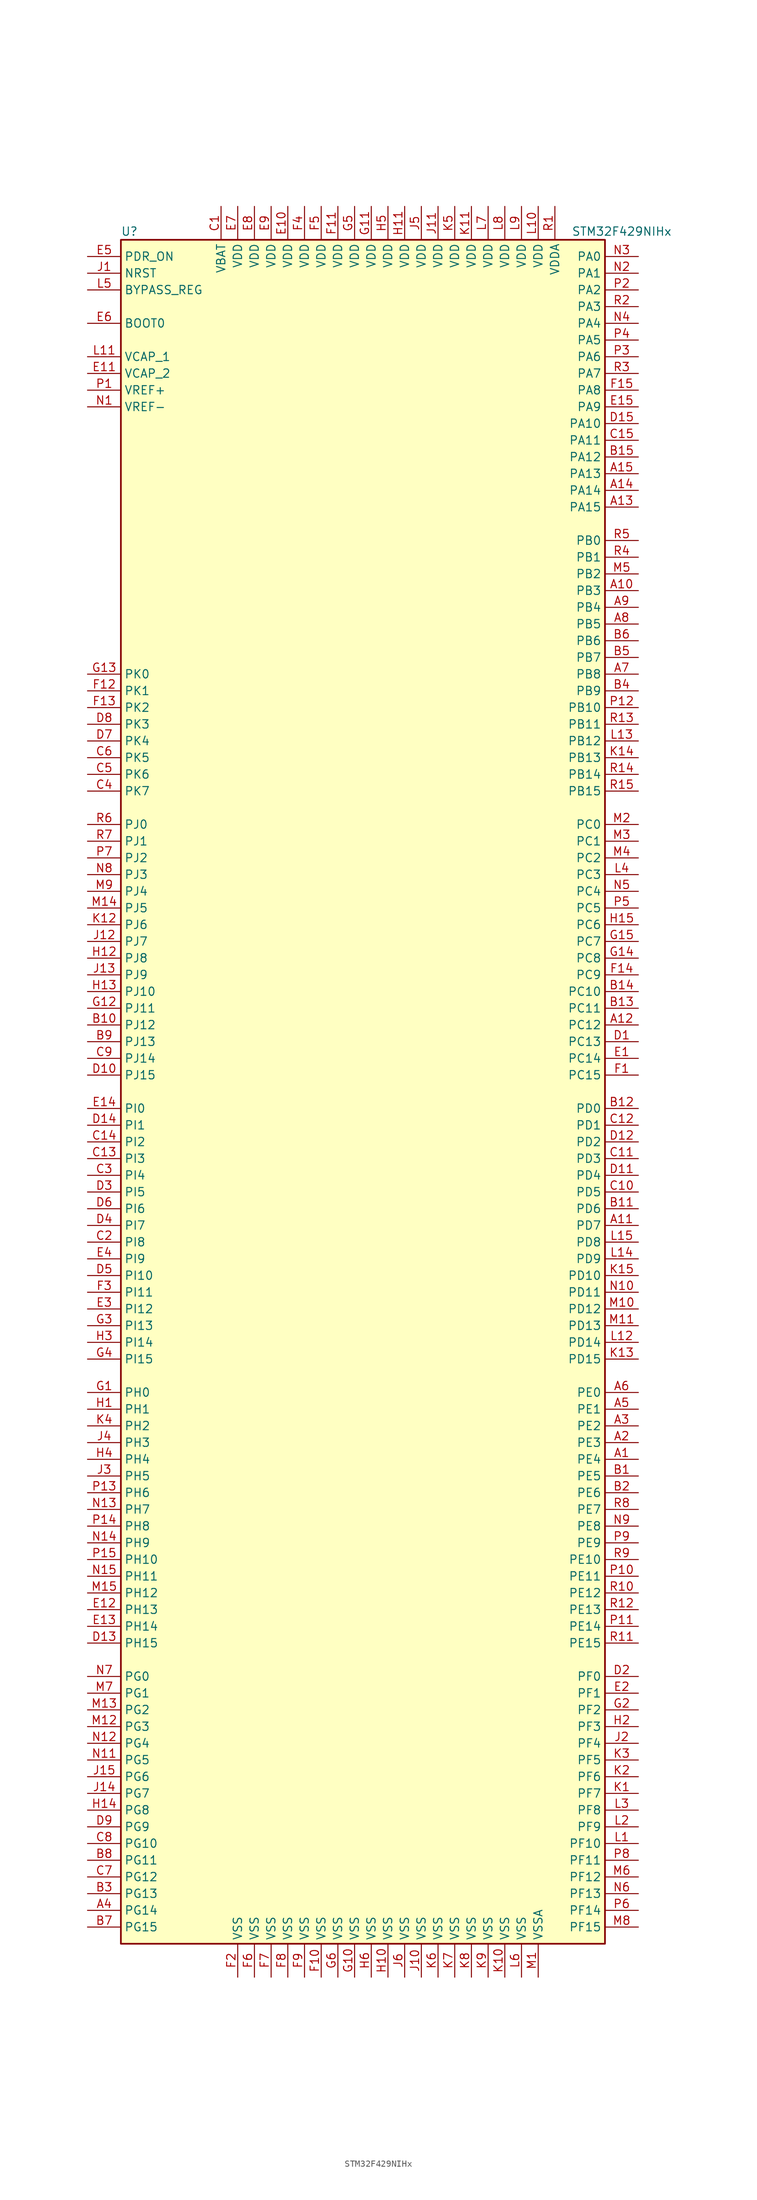
<source format=kicad_sym>
(kicad_symbol_lib
  (version 20220914)
  (generator kicad_symbol_editor)
  (symbol "STM32F429NIHx"
    (property "Reference" "U"
      (at -38.1 130.81 0)
      (effects (font (size 1.27 1.27)) (justify left)))
    (property "Value" "STM32F429NIHx"
      (at 30.48 130.81 0)
      (effects (font (size 1.27 1.27)) (justify left)))
    (symbol "STM32F429NIHx_0_1"
      (rectangle (start -38.1 -129.54) (end 35.56 129.54) (stroke (width 0.254) (type default)) (fill (type background))))
    (symbol "STM32F429NIHx_1_1"
      (pin bidirectional line (at 40.64 -55.88 180) (length 5.08) (name "PE4" (effects (font (size 1.27 1.27)))) (number "A1" (effects (font (size 1.27 1.27)))))
      (pin bidirectional line (at 40.64 76.2 180) (length 5.08) (name "PB3" (effects (font (size 1.27 1.27)))) (number "A10" (effects (font (size 1.27 1.27)))))
      (pin bidirectional line (at 40.64 -20.32 180) (length 5.08) (name "PD7" (effects (font (size 1.27 1.27)))) (number "A11" (effects (font (size 1.27 1.27)))))
      (pin bidirectional line (at 40.64 10.16 180) (length 5.08) (name "PC12" (effects (font (size 1.27 1.27)))) (number "A12" (effects (font (size 1.27 1.27)))))
      (pin bidirectional line (at 40.64 88.9 180) (length 5.08) (name "PA15" (effects (font (size 1.27 1.27)))) (number "A13" (effects (font (size 1.27 1.27)))))
      (pin bidirectional line (at 40.64 91.44 180) (length 5.08) (name "PA14" (effects (font (size 1.27 1.27)))) (number "A14" (effects (font (size 1.27 1.27)))))
      (pin bidirectional line (at 40.64 93.98 180) (length 5.08) (name "PA13" (effects (font (size 1.27 1.27)))) (number "A15" (effects (font (size 1.27 1.27)))))
      (pin bidirectional line (at 40.64 -53.34 180) (length 5.08) (name "PE3" (effects (font (size 1.27 1.27)))) (number "A2" (effects (font (size 1.27 1.27)))))
      (pin bidirectional line (at 40.64 -50.8 180) (length 5.08) (name "PE2" (effects (font (size 1.27 1.27)))) (number "A3" (effects (font (size 1.27 1.27)))))
      (pin bidirectional line (at -43.18 -124.46 0) (length 5.08) (name "PG14" (effects (font (size 1.27 1.27)))) (number "A4" (effects (font (size 1.27 1.27)))))
      (pin bidirectional line (at 40.64 -48.26 180) (length 5.08) (name "PE1" (effects (font (size 1.27 1.27)))) (number "A5" (effects (font (size 1.27 1.27)))))
      (pin bidirectional line (at 40.64 -45.72 180) (length 5.08) (name "PE0" (effects (font (size 1.27 1.27)))) (number "A6" (effects (font (size 1.27 1.27)))))
      (pin bidirectional line (at 40.64 63.5 180) (length 5.08) (name "PB8" (effects (font (size 1.27 1.27)))) (number "A7" (effects (font (size 1.27 1.27)))))
      (pin bidirectional line (at 40.64 71.12 180) (length 5.08) (name "PB5" (effects (font (size 1.27 1.27)))) (number "A8" (effects (font (size 1.27 1.27)))))
      (pin bidirectional line (at 40.64 73.66 180) (length 5.08) (name "PB4" (effects (font (size 1.27 1.27)))) (number "A9" (effects (font (size 1.27 1.27)))))
      (pin bidirectional line (at 40.64 -58.42 180) (length 5.08) (name "PE5" (effects (font (size 1.27 1.27)))) (number "B1" (effects (font (size 1.27 1.27)))))
      (pin bidirectional line (at -43.18 10.16 0) (length 5.08) (name "PJ12" (effects (font (size 1.27 1.27)))) (number "B10" (effects (font (size 1.27 1.27)))))
      (pin bidirectional line (at 40.64 -17.78 180) (length 5.08) (name "PD6" (effects (font (size 1.27 1.27)))) (number "B11" (effects (font (size 1.27 1.27)))))
      (pin bidirectional line (at 40.64 -2.54 180) (length 5.08) (name "PD0" (effects (font (size 1.27 1.27)))) (number "B12" (effects (font (size 1.27 1.27)))))
      (pin bidirectional line (at 40.64 12.7 180) (length 5.08) (name "PC11" (effects (font (size 1.27 1.27)))) (number "B13" (effects (font (size 1.27 1.27)))))
      (pin bidirectional line (at 40.64 15.24 180) (length 5.08) (name "PC10" (effects (font (size 1.27 1.27)))) (number "B14" (effects (font (size 1.27 1.27)))))
      (pin bidirectional line (at 40.64 96.52 180) (length 5.08) (name "PA12" (effects (font (size 1.27 1.27)))) (number "B15" (effects (font (size 1.27 1.27)))))
      (pin bidirectional line (at 40.64 -60.96 180) (length 5.08) (name "PE6" (effects (font (size 1.27 1.27)))) (number "B2" (effects (font (size 1.27 1.27)))))
      (pin bidirectional line (at -43.18 -121.92 0) (length 5.08) (name "PG13" (effects (font (size 1.27 1.27)))) (number "B3" (effects (font (size 1.27 1.27)))))
      (pin bidirectional line (at 40.64 60.96 180) (length 5.08) (name "PB9" (effects (font (size 1.27 1.27)))) (number "B4" (effects (font (size 1.27 1.27)))))
      (pin bidirectional line (at 40.64 66.04 180) (length 5.08) (name "PB7" (effects (font (size 1.27 1.27)))) (number "B5" (effects (font (size 1.27 1.27)))))
      (pin bidirectional line (at 40.64 68.58 180) (length 5.08) (name "PB6" (effects (font (size 1.27 1.27)))) (number "B6" (effects (font (size 1.27 1.27)))))
      (pin bidirectional line (at -43.18 -127 0) (length 5.08) (name "PG15" (effects (font (size 1.27 1.27)))) (number "B7" (effects (font (size 1.27 1.27)))))
      (pin bidirectional line (at -43.18 -116.84 0) (length 5.08) (name "PG11" (effects (font (size 1.27 1.27)))) (number "B8" (effects (font (size 1.27 1.27)))))
      (pin bidirectional line (at -43.18 7.62 0) (length 5.08) (name "PJ13" (effects (font (size 1.27 1.27)))) (number "B9" (effects (font (size 1.27 1.27)))))
      (pin power_in line (at -22.86 134.62 270) (length 5.08) (name "VBAT" (effects (font (size 1.27 1.27)))) (number "C1" (effects (font (size 1.27 1.27)))))
      (pin bidirectional line (at 40.64 -15.24 180) (length 5.08) (name "PD5" (effects (font (size 1.27 1.27)))) (number "C10" (effects (font (size 1.27 1.27)))))
      (pin bidirectional line (at 40.64 -10.16 180) (length 5.08) (name "PD3" (effects (font (size 1.27 1.27)))) (number "C11" (effects (font (size 1.27 1.27)))))
      (pin bidirectional line (at 40.64 -5.08 180) (length 5.08) (name "PD1" (effects (font (size 1.27 1.27)))) (number "C12" (effects (font (size 1.27 1.27)))))
      (pin bidirectional line (at -43.18 -10.16 0) (length 5.08) (name "PI3" (effects (font (size 1.27 1.27)))) (number "C13" (effects (font (size 1.27 1.27)))))
      (pin bidirectional line (at -43.18 -7.62 0) (length 5.08) (name "PI2" (effects (font (size 1.27 1.27)))) (number "C14" (effects (font (size 1.27 1.27)))))
      (pin bidirectional line (at 40.64 99.06 180) (length 5.08) (name "PA11" (effects (font (size 1.27 1.27)))) (number "C15" (effects (font (size 1.27 1.27)))))
      (pin bidirectional line (at -43.18 -22.86 0) (length 5.08) (name "PI8" (effects (font (size 1.27 1.27)))) (number "C2" (effects (font (size 1.27 1.27)))))
      (pin bidirectional line (at -43.18 -12.7 0) (length 5.08) (name "PI4" (effects (font (size 1.27 1.27)))) (number "C3" (effects (font (size 1.27 1.27)))))
      (pin bidirectional line (at -43.18 45.72 0) (length 5.08) (name "PK7" (effects (font (size 1.27 1.27)))) (number "C4" (effects (font (size 1.27 1.27)))))
      (pin bidirectional line (at -43.18 48.26 0) (length 5.08) (name "PK6" (effects (font (size 1.27 1.27)))) (number "C5" (effects (font (size 1.27 1.27)))))
      (pin bidirectional line (at -43.18 50.8 0) (length 5.08) (name "PK5" (effects (font (size 1.27 1.27)))) (number "C6" (effects (font (size 1.27 1.27)))))
      (pin bidirectional line (at -43.18 -119.38 0) (length 5.08) (name "PG12" (effects (font (size 1.27 1.27)))) (number "C7" (effects (font (size 1.27 1.27)))))
      (pin bidirectional line (at -43.18 -114.3 0) (length 5.08) (name "PG10" (effects (font (size 1.27 1.27)))) (number "C8" (effects (font (size 1.27 1.27)))))
      (pin bidirectional line (at -43.18 5.08 0) (length 5.08) (name "PJ14" (effects (font (size 1.27 1.27)))) (number "C9" (effects (font (size 1.27 1.27)))))
      (pin bidirectional line (at 40.64 7.62 180) (length 5.08) (name "PC13" (effects (font (size 1.27 1.27)))) (number "D1" (effects (font (size 1.27 1.27)))))
      (pin bidirectional line (at -43.18 2.54 0) (length 5.08) (name "PJ15" (effects (font (size 1.27 1.27)))) (number "D10" (effects (font (size 1.27 1.27)))))
      (pin bidirectional line (at 40.64 -12.7 180) (length 5.08) (name "PD4" (effects (font (size 1.27 1.27)))) (number "D11" (effects (font (size 1.27 1.27)))))
      (pin bidirectional line (at 40.64 -7.62 180) (length 5.08) (name "PD2" (effects (font (size 1.27 1.27)))) (number "D12" (effects (font (size 1.27 1.27)))))
      (pin bidirectional line (at -43.18 -83.82 0) (length 5.08) (name "PH15" (effects (font (size 1.27 1.27)))) (number "D13" (effects (font (size 1.27 1.27)))))
      (pin bidirectional line (at -43.18 -5.08 0) (length 5.08) (name "PI1" (effects (font (size 1.27 1.27)))) (number "D14" (effects (font (size 1.27 1.27)))))
      (pin bidirectional line (at 40.64 101.6 180) (length 5.08) (name "PA10" (effects (font (size 1.27 1.27)))) (number "D15" (effects (font (size 1.27 1.27)))))
      (pin bidirectional line (at 40.64 -88.9 180) (length 5.08) (name "PF0" (effects (font (size 1.27 1.27)))) (number "D2" (effects (font (size 1.27 1.27)))))
      (pin bidirectional line (at -43.18 -15.24 0) (length 5.08) (name "PI5" (effects (font (size 1.27 1.27)))) (number "D3" (effects (font (size 1.27 1.27)))))
      (pin bidirectional line (at -43.18 -20.32 0) (length 5.08) (name "PI7" (effects (font (size 1.27 1.27)))) (number "D4" (effects (font (size 1.27 1.27)))))
      (pin bidirectional line (at -43.18 -27.94 0) (length 5.08) (name "PI10" (effects (font (size 1.27 1.27)))) (number "D5" (effects (font (size 1.27 1.27)))))
      (pin bidirectional line (at -43.18 -17.78 0) (length 5.08) (name "PI6" (effects (font (size 1.27 1.27)))) (number "D6" (effects (font (size 1.27 1.27)))))
      (pin bidirectional line (at -43.18 53.34 0) (length 5.08) (name "PK4" (effects (font (size 1.27 1.27)))) (number "D7" (effects (font (size 1.27 1.27)))))
      (pin bidirectional line (at -43.18 55.88 0) (length 5.08) (name "PK3" (effects (font (size 1.27 1.27)))) (number "D8" (effects (font (size 1.27 1.27)))))
      (pin bidirectional line (at -43.18 -111.76 0) (length 5.08) (name "PG9" (effects (font (size 1.27 1.27)))) (number "D9" (effects (font (size 1.27 1.27)))))
      (pin bidirectional line (at 40.64 5.08 180) (length 5.08) (name "PC14" (effects (font (size 1.27 1.27)))) (number "E1" (effects (font (size 1.27 1.27)))))
      (pin power_in line (at -12.7 134.62 270) (length 5.08) (name "VDD" (effects (font (size 1.27 1.27)))) (number "E10" (effects (font (size 1.27 1.27)))))
      (pin power_in line (at -43.18 109.22 0) (length 5.08) (name "VCAP_2" (effects (font (size 1.27 1.27)))) (number "E11" (effects (font (size 1.27 1.27)))))
      (pin bidirectional line (at -43.18 -78.74 0) (length 5.08) (name "PH13" (effects (font (size 1.27 1.27)))) (number "E12" (effects (font (size 1.27 1.27)))))
      (pin bidirectional line (at -43.18 -81.28 0) (length 5.08) (name "PH14" (effects (font (size 1.27 1.27)))) (number "E13" (effects (font (size 1.27 1.27)))))
      (pin bidirectional line (at -43.18 -2.54 0) (length 5.08) (name "PI0" (effects (font (size 1.27 1.27)))) (number "E14" (effects (font (size 1.27 1.27)))))
      (pin bidirectional line (at 40.64 104.14 180) (length 5.08) (name "PA9" (effects (font (size 1.27 1.27)))) (number "E15" (effects (font (size 1.27 1.27)))))
      (pin bidirectional line (at 40.64 -91.44 180) (length 5.08) (name "PF1" (effects (font (size 1.27 1.27)))) (number "E2" (effects (font (size 1.27 1.27)))))
      (pin bidirectional line (at -43.18 -33.02 0) (length 5.08) (name "PI12" (effects (font (size 1.27 1.27)))) (number "E3" (effects (font (size 1.27 1.27)))))
      (pin bidirectional line (at -43.18 -25.4 0) (length 5.08) (name "PI9" (effects (font (size 1.27 1.27)))) (number "E4" (effects (font (size 1.27 1.27)))))
      (pin input line (at -43.18 127 0) (length 5.08) (name "PDR_ON" (effects (font (size 1.27 1.27)))) (number "E5" (effects (font (size 1.27 1.27)))))
      (pin input line (at -43.18 116.84 0) (length 5.08) (name "BOOT0" (effects (font (size 1.27 1.27)))) (number "E6" (effects (font (size 1.27 1.27)))))
      (pin power_in line (at -20.32 134.62 270) (length 5.08) (name "VDD" (effects (font (size 1.27 1.27)))) (number "E7" (effects (font (size 1.27 1.27)))))
      (pin power_in line (at -17.78 134.62 270) (length 5.08) (name "VDD" (effects (font (size 1.27 1.27)))) (number "E8" (effects (font (size 1.27 1.27)))))
      (pin power_in line (at -15.24 134.62 270) (length 5.08) (name "VDD" (effects (font (size 1.27 1.27)))) (number "E9" (effects (font (size 1.27 1.27)))))
      (pin bidirectional line (at 40.64 2.54 180) (length 5.08) (name "PC15" (effects (font (size 1.27 1.27)))) (number "F1" (effects (font (size 1.27 1.27)))))
      (pin power_in line (at -7.62 -134.62 90) (length 5.08) (name "VSS" (effects (font (size 1.27 1.27)))) (number "F10" (effects (font (size 1.27 1.27)))))
      (pin power_in line (at -5.08 134.62 270) (length 5.08) (name "VDD" (effects (font (size 1.27 1.27)))) (number "F11" (effects (font (size 1.27 1.27)))))
      (pin bidirectional line (at -43.18 60.96 0) (length 5.08) (name "PK1" (effects (font (size 1.27 1.27)))) (number "F12" (effects (font (size 1.27 1.27)))))
      (pin bidirectional line (at -43.18 58.42 0) (length 5.08) (name "PK2" (effects (font (size 1.27 1.27)))) (number "F13" (effects (font (size 1.27 1.27)))))
      (pin bidirectional line (at 40.64 17.78 180) (length 5.08) (name "PC9" (effects (font (size 1.27 1.27)))) (number "F14" (effects (font (size 1.27 1.27)))))
      (pin bidirectional line (at 40.64 106.68 180) (length 5.08) (name "PA8" (effects (font (size 1.27 1.27)))) (number "F15" (effects (font (size 1.27 1.27)))))
      (pin power_in line (at -20.32 -134.62 90) (length 5.08) (name "VSS" (effects (font (size 1.27 1.27)))) (number "F2" (effects (font (size 1.27 1.27)))))
      (pin bidirectional line (at -43.18 -30.48 0) (length 5.08) (name "PI11" (effects (font (size 1.27 1.27)))) (number "F3" (effects (font (size 1.27 1.27)))))
      (pin power_in line (at -10.16 134.62 270) (length 5.08) (name "VDD" (effects (font (size 1.27 1.27)))) (number "F4" (effects (font (size 1.27 1.27)))))
      (pin power_in line (at -7.62 134.62 270) (length 5.08) (name "VDD" (effects (font (size 1.27 1.27)))) (number "F5" (effects (font (size 1.27 1.27)))))
      (pin power_in line (at -17.78 -134.62 90) (length 5.08) (name "VSS" (effects (font (size 1.27 1.27)))) (number "F6" (effects (font (size 1.27 1.27)))))
      (pin power_in line (at -15.24 -134.62 90) (length 5.08) (name "VSS" (effects (font (size 1.27 1.27)))) (number "F7" (effects (font (size 1.27 1.27)))))
      (pin power_in line (at -12.7 -134.62 90) (length 5.08) (name "VSS" (effects (font (size 1.27 1.27)))) (number "F8" (effects (font (size 1.27 1.27)))))
      (pin power_in line (at -10.16 -134.62 90) (length 5.08) (name "VSS" (effects (font (size 1.27 1.27)))) (number "F9" (effects (font (size 1.27 1.27)))))
      (pin input line (at -43.18 -45.72 0) (length 5.08) (name "PH0" (effects (font (size 1.27 1.27)))) (number "G1" (effects (font (size 1.27 1.27)))))
      (pin power_in line (at -2.54 -134.62 90) (length 5.08) (name "VSS" (effects (font (size 1.27 1.27)))) (number "G10" (effects (font (size 1.27 1.27)))))
      (pin power_in line (at 0 134.62 270) (length 5.08) (name "VDD" (effects (font (size 1.27 1.27)))) (number "G11" (effects (font (size 1.27 1.27)))))
      (pin bidirectional line (at -43.18 12.7 0) (length 5.08) (name "PJ11" (effects (font (size 1.27 1.27)))) (number "G12" (effects (font (size 1.27 1.27)))))
      (pin bidirectional line (at -43.18 63.5 0) (length 5.08) (name "PK0" (effects (font (size 1.27 1.27)))) (number "G13" (effects (font (size 1.27 1.27)))))
      (pin bidirectional line (at 40.64 20.32 180) (length 5.08) (name "PC8" (effects (font (size 1.27 1.27)))) (number "G14" (effects (font (size 1.27 1.27)))))
      (pin bidirectional line (at 40.64 22.86 180) (length 5.08) (name "PC7" (effects (font (size 1.27 1.27)))) (number "G15" (effects (font (size 1.27 1.27)))))
      (pin bidirectional line (at 40.64 -93.98 180) (length 5.08) (name "PF2" (effects (font (size 1.27 1.27)))) (number "G2" (effects (font (size 1.27 1.27)))))
      (pin bidirectional line (at -43.18 -35.56 0) (length 5.08) (name "PI13" (effects (font (size 1.27 1.27)))) (number "G3" (effects (font (size 1.27 1.27)))))
      (pin bidirectional line (at -43.18 -40.64 0) (length 5.08) (name "PI15" (effects (font (size 1.27 1.27)))) (number "G4" (effects (font (size 1.27 1.27)))))
      (pin power_in line (at -2.54 134.62 270) (length 5.08) (name "VDD" (effects (font (size 1.27 1.27)))) (number "G5" (effects (font (size 1.27 1.27)))))
      (pin power_in line (at -5.08 -134.62 90) (length 5.08) (name "VSS" (effects (font (size 1.27 1.27)))) (number "G6" (effects (font (size 1.27 1.27)))))
      (pin input line (at -43.18 -48.26 0) (length 5.08) (name "PH1" (effects (font (size 1.27 1.27)))) (number "H1" (effects (font (size 1.27 1.27)))))
      (pin power_in line (at 2.54 -134.62 90) (length 5.08) (name "VSS" (effects (font (size 1.27 1.27)))) (number "H10" (effects (font (size 1.27 1.27)))))
      (pin power_in line (at 5.08 134.62 270) (length 5.08) (name "VDD" (effects (font (size 1.27 1.27)))) (number "H11" (effects (font (size 1.27 1.27)))))
      (pin bidirectional line (at -43.18 20.32 0) (length 5.08) (name "PJ8" (effects (font (size 1.27 1.27)))) (number "H12" (effects (font (size 1.27 1.27)))))
      (pin bidirectional line (at -43.18 15.24 0) (length 5.08) (name "PJ10" (effects (font (size 1.27 1.27)))) (number "H13" (effects (font (size 1.27 1.27)))))
      (pin bidirectional line (at -43.18 -109.22 0) (length 5.08) (name "PG8" (effects (font (size 1.27 1.27)))) (number "H14" (effects (font (size 1.27 1.27)))))
      (pin bidirectional line (at 40.64 25.4 180) (length 5.08) (name "PC6" (effects (font (size 1.27 1.27)))) (number "H15" (effects (font (size 1.27 1.27)))))
      (pin bidirectional line (at 40.64 -96.52 180) (length 5.08) (name "PF3" (effects (font (size 1.27 1.27)))) (number "H2" (effects (font (size 1.27 1.27)))))
      (pin bidirectional line (at -43.18 -38.1 0) (length 5.08) (name "PI14" (effects (font (size 1.27 1.27)))) (number "H3" (effects (font (size 1.27 1.27)))))
      (pin bidirectional line (at -43.18 -55.88 0) (length 5.08) (name "PH4" (effects (font (size 1.27 1.27)))) (number "H4" (effects (font (size 1.27 1.27)))))
      (pin power_in line (at 2.54 134.62 270) (length 5.08) (name "VDD" (effects (font (size 1.27 1.27)))) (number "H5" (effects (font (size 1.27 1.27)))))
      (pin power_in line (at 0 -134.62 90) (length 5.08) (name "VSS" (effects (font (size 1.27 1.27)))) (number "H6" (effects (font (size 1.27 1.27)))))
      (pin input line (at -43.18 124.46 0) (length 5.08) (name "NRST" (effects (font (size 1.27 1.27)))) (number "J1" (effects (font (size 1.27 1.27)))))
      (pin power_in line (at 7.62 -134.62 90) (length 5.08) (name "VSS" (effects (font (size 1.27 1.27)))) (number "J10" (effects (font (size 1.27 1.27)))))
      (pin power_in line (at 10.16 134.62 270) (length 5.08) (name "VDD" (effects (font (size 1.27 1.27)))) (number "J11" (effects (font (size 1.27 1.27)))))
      (pin bidirectional line (at -43.18 22.86 0) (length 5.08) (name "PJ7" (effects (font (size 1.27 1.27)))) (number "J12" (effects (font (size 1.27 1.27)))))
      (pin bidirectional line (at -43.18 17.78 0) (length 5.08) (name "PJ9" (effects (font (size 1.27 1.27)))) (number "J13" (effects (font (size 1.27 1.27)))))
      (pin bidirectional line (at -43.18 -106.68 0) (length 5.08) (name "PG7" (effects (font (size 1.27 1.27)))) (number "J14" (effects (font (size 1.27 1.27)))))
      (pin bidirectional line (at -43.18 -104.14 0) (length 5.08) (name "PG6" (effects (font (size 1.27 1.27)))) (number "J15" (effects (font (size 1.27 1.27)))))
      (pin bidirectional line (at 40.64 -99.06 180) (length 5.08) (name "PF4" (effects (font (size 1.27 1.27)))) (number "J2" (effects (font (size 1.27 1.27)))))
      (pin bidirectional line (at -43.18 -58.42 0) (length 5.08) (name "PH5" (effects (font (size 1.27 1.27)))) (number "J3" (effects (font (size 1.27 1.27)))))
      (pin bidirectional line (at -43.18 -53.34 0) (length 5.08) (name "PH3" (effects (font (size 1.27 1.27)))) (number "J4" (effects (font (size 1.27 1.27)))))
      (pin power_in line (at 7.62 134.62 270) (length 5.08) (name "VDD" (effects (font (size 1.27 1.27)))) (number "J5" (effects (font (size 1.27 1.27)))))
      (pin power_in line (at 5.08 -134.62 90) (length 5.08) (name "VSS" (effects (font (size 1.27 1.27)))) (number "J6" (effects (font (size 1.27 1.27)))))
      (pin bidirectional line (at 40.64 -106.68 180) (length 5.08) (name "PF7" (effects (font (size 1.27 1.27)))) (number "K1" (effects (font (size 1.27 1.27)))))
      (pin power_in line (at 20.32 -134.62 90) (length 5.08) (name "VSS" (effects (font (size 1.27 1.27)))) (number "K10" (effects (font (size 1.27 1.27)))))
      (pin power_in line (at 15.24 134.62 270) (length 5.08) (name "VDD" (effects (font (size 1.27 1.27)))) (number "K11" (effects (font (size 1.27 1.27)))))
      (pin bidirectional line (at -43.18 25.4 0) (length 5.08) (name "PJ6" (effects (font (size 1.27 1.27)))) (number "K12" (effects (font (size 1.27 1.27)))))
      (pin bidirectional line (at 40.64 -40.64 180) (length 5.08) (name "PD15" (effects (font (size 1.27 1.27)))) (number "K13" (effects (font (size 1.27 1.27)))))
      (pin bidirectional line (at 40.64 50.8 180) (length 5.08) (name "PB13" (effects (font (size 1.27 1.27)))) (number "K14" (effects (font (size 1.27 1.27)))))
      (pin bidirectional line (at 40.64 -27.94 180) (length 5.08) (name "PD10" (effects (font (size 1.27 1.27)))) (number "K15" (effects (font (size 1.27 1.27)))))
      (pin bidirectional line (at 40.64 -104.14 180) (length 5.08) (name "PF6" (effects (font (size 1.27 1.27)))) (number "K2" (effects (font (size 1.27 1.27)))))
      (pin bidirectional line (at 40.64 -101.6 180) (length 5.08) (name "PF5" (effects (font (size 1.27 1.27)))) (number "K3" (effects (font (size 1.27 1.27)))))
      (pin bidirectional line (at -43.18 -50.8 0) (length 5.08) (name "PH2" (effects (font (size 1.27 1.27)))) (number "K4" (effects (font (size 1.27 1.27)))))
      (pin power_in line (at 12.7 134.62 270) (length 5.08) (name "VDD" (effects (font (size 1.27 1.27)))) (number "K5" (effects (font (size 1.27 1.27)))))
      (pin power_in line (at 10.16 -134.62 90) (length 5.08) (name "VSS" (effects (font (size 1.27 1.27)))) (number "K6" (effects (font (size 1.27 1.27)))))
      (pin power_in line (at 12.7 -134.62 90) (length 5.08) (name "VSS" (effects (font (size 1.27 1.27)))) (number "K7" (effects (font (size 1.27 1.27)))))
      (pin power_in line (at 15.24 -134.62 90) (length 5.08) (name "VSS" (effects (font (size 1.27 1.27)))) (number "K8" (effects (font (size 1.27 1.27)))))
      (pin power_in line (at 17.78 -134.62 90) (length 5.08) (name "VSS" (effects (font (size 1.27 1.27)))) (number "K9" (effects (font (size 1.27 1.27)))))
      (pin bidirectional line (at 40.64 -114.3 180) (length 5.08) (name "PF10" (effects (font (size 1.27 1.27)))) (number "L1" (effects (font (size 1.27 1.27)))))
      (pin power_in line (at 25.4 134.62 270) (length 5.08) (name "VDD" (effects (font (size 1.27 1.27)))) (number "L10" (effects (font (size 1.27 1.27)))))
      (pin power_in line (at -43.18 111.76 0) (length 5.08) (name "VCAP_1" (effects (font (size 1.27 1.27)))) (number "L11" (effects (font (size 1.27 1.27)))))
      (pin bidirectional line (at 40.64 -38.1 180) (length 5.08) (name "PD14" (effects (font (size 1.27 1.27)))) (number "L12" (effects (font (size 1.27 1.27)))))
      (pin bidirectional line (at 40.64 53.34 180) (length 5.08) (name "PB12" (effects (font (size 1.27 1.27)))) (number "L13" (effects (font (size 1.27 1.27)))))
      (pin bidirectional line (at 40.64 -25.4 180) (length 5.08) (name "PD9" (effects (font (size 1.27 1.27)))) (number "L14" (effects (font (size 1.27 1.27)))))
      (pin bidirectional line (at 40.64 -22.86 180) (length 5.08) (name "PD8" (effects (font (size 1.27 1.27)))) (number "L15" (effects (font (size 1.27 1.27)))))
      (pin bidirectional line (at 40.64 -111.76 180) (length 5.08) (name "PF9" (effects (font (size 1.27 1.27)))) (number "L2" (effects (font (size 1.27 1.27)))))
      (pin bidirectional line (at 40.64 -109.22 180) (length 5.08) (name "PF8" (effects (font (size 1.27 1.27)))) (number "L3" (effects (font (size 1.27 1.27)))))
      (pin bidirectional line (at 40.64 33.02 180) (length 5.08) (name "PC3" (effects (font (size 1.27 1.27)))) (number "L4" (effects (font (size 1.27 1.27)))))
      (pin input line (at -43.18 121.92 0) (length 5.08) (name "BYPASS_REG" (effects (font (size 1.27 1.27)))) (number "L5" (effects (font (size 1.27 1.27)))))
      (pin power_in line (at 22.86 -134.62 90) (length 5.08) (name "VSS" (effects (font (size 1.27 1.27)))) (number "L6" (effects (font (size 1.27 1.27)))))
      (pin power_in line (at 17.78 134.62 270) (length 5.08) (name "VDD" (effects (font (size 1.27 1.27)))) (number "L7" (effects (font (size 1.27 1.27)))))
      (pin power_in line (at 20.32 134.62 270) (length 5.08) (name "VDD" (effects (font (size 1.27 1.27)))) (number "L8" (effects (font (size 1.27 1.27)))))
      (pin power_in line (at 22.86 134.62 270) (length 5.08) (name "VDD" (effects (font (size 1.27 1.27)))) (number "L9" (effects (font (size 1.27 1.27)))))
      (pin power_in line (at 25.4 -134.62 90) (length 5.08) (name "VSSA" (effects (font (size 1.27 1.27)))) (number "M1" (effects (font (size 1.27 1.27)))))
      (pin bidirectional line (at 40.64 -33.02 180) (length 5.08) (name "PD12" (effects (font (size 1.27 1.27)))) (number "M10" (effects (font (size 1.27 1.27)))))
      (pin bidirectional line (at 40.64 -35.56 180) (length 5.08) (name "PD13" (effects (font (size 1.27 1.27)))) (number "M11" (effects (font (size 1.27 1.27)))))
      (pin bidirectional line (at -43.18 -96.52 0) (length 5.08) (name "PG3" (effects (font (size 1.27 1.27)))) (number "M12" (effects (font (size 1.27 1.27)))))
      (pin bidirectional line (at -43.18 -93.98 0) (length 5.08) (name "PG2" (effects (font (size 1.27 1.27)))) (number "M13" (effects (font (size 1.27 1.27)))))
      (pin bidirectional line (at -43.18 27.94 0) (length 5.08) (name "PJ5" (effects (font (size 1.27 1.27)))) (number "M14" (effects (font (size 1.27 1.27)))))
      (pin bidirectional line (at -43.18 -76.2 0) (length 5.08) (name "PH12" (effects (font (size 1.27 1.27)))) (number "M15" (effects (font (size 1.27 1.27)))))
      (pin bidirectional line (at 40.64 40.64 180) (length 5.08) (name "PC0" (effects (font (size 1.27 1.27)))) (number "M2" (effects (font (size 1.27 1.27)))))
      (pin bidirectional line (at 40.64 38.1 180) (length 5.08) (name "PC1" (effects (font (size 1.27 1.27)))) (number "M3" (effects (font (size 1.27 1.27)))))
      (pin bidirectional line (at 40.64 35.56 180) (length 5.08) (name "PC2" (effects (font (size 1.27 1.27)))) (number "M4" (effects (font (size 1.27 1.27)))))
      (pin bidirectional line (at 40.64 78.74 180) (length 5.08) (name "PB2" (effects (font (size 1.27 1.27)))) (number "M5" (effects (font (size 1.27 1.27)))))
      (pin bidirectional line (at 40.64 -119.38 180) (length 5.08) (name "PF12" (effects (font (size 1.27 1.27)))) (number "M6" (effects (font (size 1.27 1.27)))))
      (pin bidirectional line (at -43.18 -91.44 0) (length 5.08) (name "PG1" (effects (font (size 1.27 1.27)))) (number "M7" (effects (font (size 1.27 1.27)))))
      (pin bidirectional line (at 40.64 -127 180) (length 5.08) (name "PF15" (effects (font (size 1.27 1.27)))) (number "M8" (effects (font (size 1.27 1.27)))))
      (pin bidirectional line (at -43.18 30.48 0) (length 5.08) (name "PJ4" (effects (font (size 1.27 1.27)))) (number "M9" (effects (font (size 1.27 1.27)))))
      (pin power_in line (at -43.18 104.14 0) (length 5.08) (name "VREF-" (effects (font (size 1.27 1.27)))) (number "N1" (effects (font (size 1.27 1.27)))))
      (pin bidirectional line (at 40.64 -30.48 180) (length 5.08) (name "PD11" (effects (font (size 1.27 1.27)))) (number "N10" (effects (font (size 1.27 1.27)))))
      (pin bidirectional line (at -43.18 -101.6 0) (length 5.08) (name "PG5" (effects (font (size 1.27 1.27)))) (number "N11" (effects (font (size 1.27 1.27)))))
      (pin bidirectional line (at -43.18 -99.06 0) (length 5.08) (name "PG4" (effects (font (size 1.27 1.27)))) (number "N12" (effects (font (size 1.27 1.27)))))
      (pin bidirectional line (at -43.18 -63.5 0) (length 5.08) (name "PH7" (effects (font (size 1.27 1.27)))) (number "N13" (effects (font (size 1.27 1.27)))))
      (pin bidirectional line (at -43.18 -68.58 0) (length 5.08) (name "PH9" (effects (font (size 1.27 1.27)))) (number "N14" (effects (font (size 1.27 1.27)))))
      (pin bidirectional line (at -43.18 -73.66 0) (length 5.08) (name "PH11" (effects (font (size 1.27 1.27)))) (number "N15" (effects (font (size 1.27 1.27)))))
      (pin bidirectional line (at 40.64 124.46 180) (length 5.08) (name "PA1" (effects (font (size 1.27 1.27)))) (number "N2" (effects (font (size 1.27 1.27)))))
      (pin bidirectional line (at 40.64 127 180) (length 5.08) (name "PA0" (effects (font (size 1.27 1.27)))) (number "N3" (effects (font (size 1.27 1.27)))))
      (pin bidirectional line (at 40.64 116.84 180) (length 5.08) (name "PA4" (effects (font (size 1.27 1.27)))) (number "N4" (effects (font (size 1.27 1.27)))))
      (pin bidirectional line (at 40.64 30.48 180) (length 5.08) (name "PC4" (effects (font (size 1.27 1.27)))) (number "N5" (effects (font (size 1.27 1.27)))))
      (pin bidirectional line (at 40.64 -121.92 180) (length 5.08) (name "PF13" (effects (font (size 1.27 1.27)))) (number "N6" (effects (font (size 1.27 1.27)))))
      (pin bidirectional line (at -43.18 -88.9 0) (length 5.08) (name "PG0" (effects (font (size 1.27 1.27)))) (number "N7" (effects (font (size 1.27 1.27)))))
      (pin bidirectional line (at -43.18 33.02 0) (length 5.08) (name "PJ3" (effects (font (size 1.27 1.27)))) (number "N8" (effects (font (size 1.27 1.27)))))
      (pin bidirectional line (at 40.64 -66.04 180) (length 5.08) (name "PE8" (effects (font (size 1.27 1.27)))) (number "N9" (effects (font (size 1.27 1.27)))))
      (pin power_in line (at -43.18 106.68 0) (length 5.08) (name "VREF+" (effects (font (size 1.27 1.27)))) (number "P1" (effects (font (size 1.27 1.27)))))
      (pin bidirectional line (at 40.64 -73.66 180) (length 5.08) (name "PE11" (effects (font (size 1.27 1.27)))) (number "P10" (effects (font (size 1.27 1.27)))))
      (pin bidirectional line (at 40.64 -81.28 180) (length 5.08) (name "PE14" (effects (font (size 1.27 1.27)))) (number "P11" (effects (font (size 1.27 1.27)))))
      (pin bidirectional line (at 40.64 58.42 180) (length 5.08) (name "PB10" (effects (font (size 1.27 1.27)))) (number "P12" (effects (font (size 1.27 1.27)))))
      (pin bidirectional line (at -43.18 -60.96 0) (length 5.08) (name "PH6" (effects (font (size 1.27 1.27)))) (number "P13" (effects (font (size 1.27 1.27)))))
      (pin bidirectional line (at -43.18 -66.04 0) (length 5.08) (name "PH8" (effects (font (size 1.27 1.27)))) (number "P14" (effects (font (size 1.27 1.27)))))
      (pin bidirectional line (at -43.18 -71.12 0) (length 5.08) (name "PH10" (effects (font (size 1.27 1.27)))) (number "P15" (effects (font (size 1.27 1.27)))))
      (pin bidirectional line (at 40.64 121.92 180) (length 5.08) (name "PA2" (effects (font (size 1.27 1.27)))) (number "P2" (effects (font (size 1.27 1.27)))))
      (pin bidirectional line (at 40.64 111.76 180) (length 5.08) (name "PA6" (effects (font (size 1.27 1.27)))) (number "P3" (effects (font (size 1.27 1.27)))))
      (pin bidirectional line (at 40.64 114.3 180) (length 5.08) (name "PA5" (effects (font (size 1.27 1.27)))) (number "P4" (effects (font (size 1.27 1.27)))))
      (pin bidirectional line (at 40.64 27.94 180) (length 5.08) (name "PC5" (effects (font (size 1.27 1.27)))) (number "P5" (effects (font (size 1.27 1.27)))))
      (pin bidirectional line (at 40.64 -124.46 180) (length 5.08) (name "PF14" (effects (font (size 1.27 1.27)))) (number "P6" (effects (font (size 1.27 1.27)))))
      (pin bidirectional line (at -43.18 35.56 0) (length 5.08) (name "PJ2" (effects (font (size 1.27 1.27)))) (number "P7" (effects (font (size 1.27 1.27)))))
      (pin bidirectional line (at 40.64 -116.84 180) (length 5.08) (name "PF11" (effects (font (size 1.27 1.27)))) (number "P8" (effects (font (size 1.27 1.27)))))
      (pin bidirectional line (at 40.64 -68.58 180) (length 5.08) (name "PE9" (effects (font (size 1.27 1.27)))) (number "P9" (effects (font (size 1.27 1.27)))))
      (pin power_in line (at 27.94 134.62 270) (length 5.08) (name "VDDA" (effects (font (size 1.27 1.27)))) (number "R1" (effects (font (size 1.27 1.27)))))
      (pin bidirectional line (at 40.64 -76.2 180) (length 5.08) (name "PE12" (effects (font (size 1.27 1.27)))) (number "R10" (effects (font (size 1.27 1.27)))))
      (pin bidirectional line (at 40.64 -83.82 180) (length 5.08) (name "PE15" (effects (font (size 1.27 1.27)))) (number "R11" (effects (font (size 1.27 1.27)))))
      (pin bidirectional line (at 40.64 -78.74 180) (length 5.08) (name "PE13" (effects (font (size 1.27 1.27)))) (number "R12" (effects (font (size 1.27 1.27)))))
      (pin bidirectional line (at 40.64 55.88 180) (length 5.08) (name "PB11" (effects (font (size 1.27 1.27)))) (number "R13" (effects (font (size 1.27 1.27)))))
      (pin bidirectional line (at 40.64 48.26 180) (length 5.08) (name "PB14" (effects (font (size 1.27 1.27)))) (number "R14" (effects (font (size 1.27 1.27)))))
      (pin bidirectional line (at 40.64 45.72 180) (length 5.08) (name "PB15" (effects (font (size 1.27 1.27)))) (number "R15" (effects (font (size 1.27 1.27)))))
      (pin bidirectional line (at 40.64 119.38 180) (length 5.08) (name "PA3" (effects (font (size 1.27 1.27)))) (number "R2" (effects (font (size 1.27 1.27)))))
      (pin bidirectional line (at 40.64 109.22 180) (length 5.08) (name "PA7" (effects (font (size 1.27 1.27)))) (number "R3" (effects (font (size 1.27 1.27)))))
      (pin bidirectional line (at 40.64 81.28 180) (length 5.08) (name "PB1" (effects (font (size 1.27 1.27)))) (number "R4" (effects (font (size 1.27 1.27)))))
      (pin bidirectional line (at 40.64 83.82 180) (length 5.08) (name "PB0" (effects (font (size 1.27 1.27)))) (number "R5" (effects (font (size 1.27 1.27)))))
      (pin bidirectional line (at -43.18 40.64 0) (length 5.08) (name "PJ0" (effects (font (size 1.27 1.27)))) (number "R6" (effects (font (size 1.27 1.27)))))
      (pin bidirectional line (at -43.18 38.1 0) (length 5.08) (name "PJ1" (effects (font (size 1.27 1.27)))) (number "R7" (effects (font (size 1.27 1.27)))))
      (pin bidirectional line (at 40.64 -63.5 180) (length 5.08) (name "PE7" (effects (font (size 1.27 1.27)))) (number "R8" (effects (font (size 1.27 1.27)))))
      (pin bidirectional line (at 40.64 -71.12 180) (length 5.08) (name "PE10" (effects (font (size 1.27 1.27)))) (number "R9" (effects (font (size 1.27 1.27))))))))
</source>
